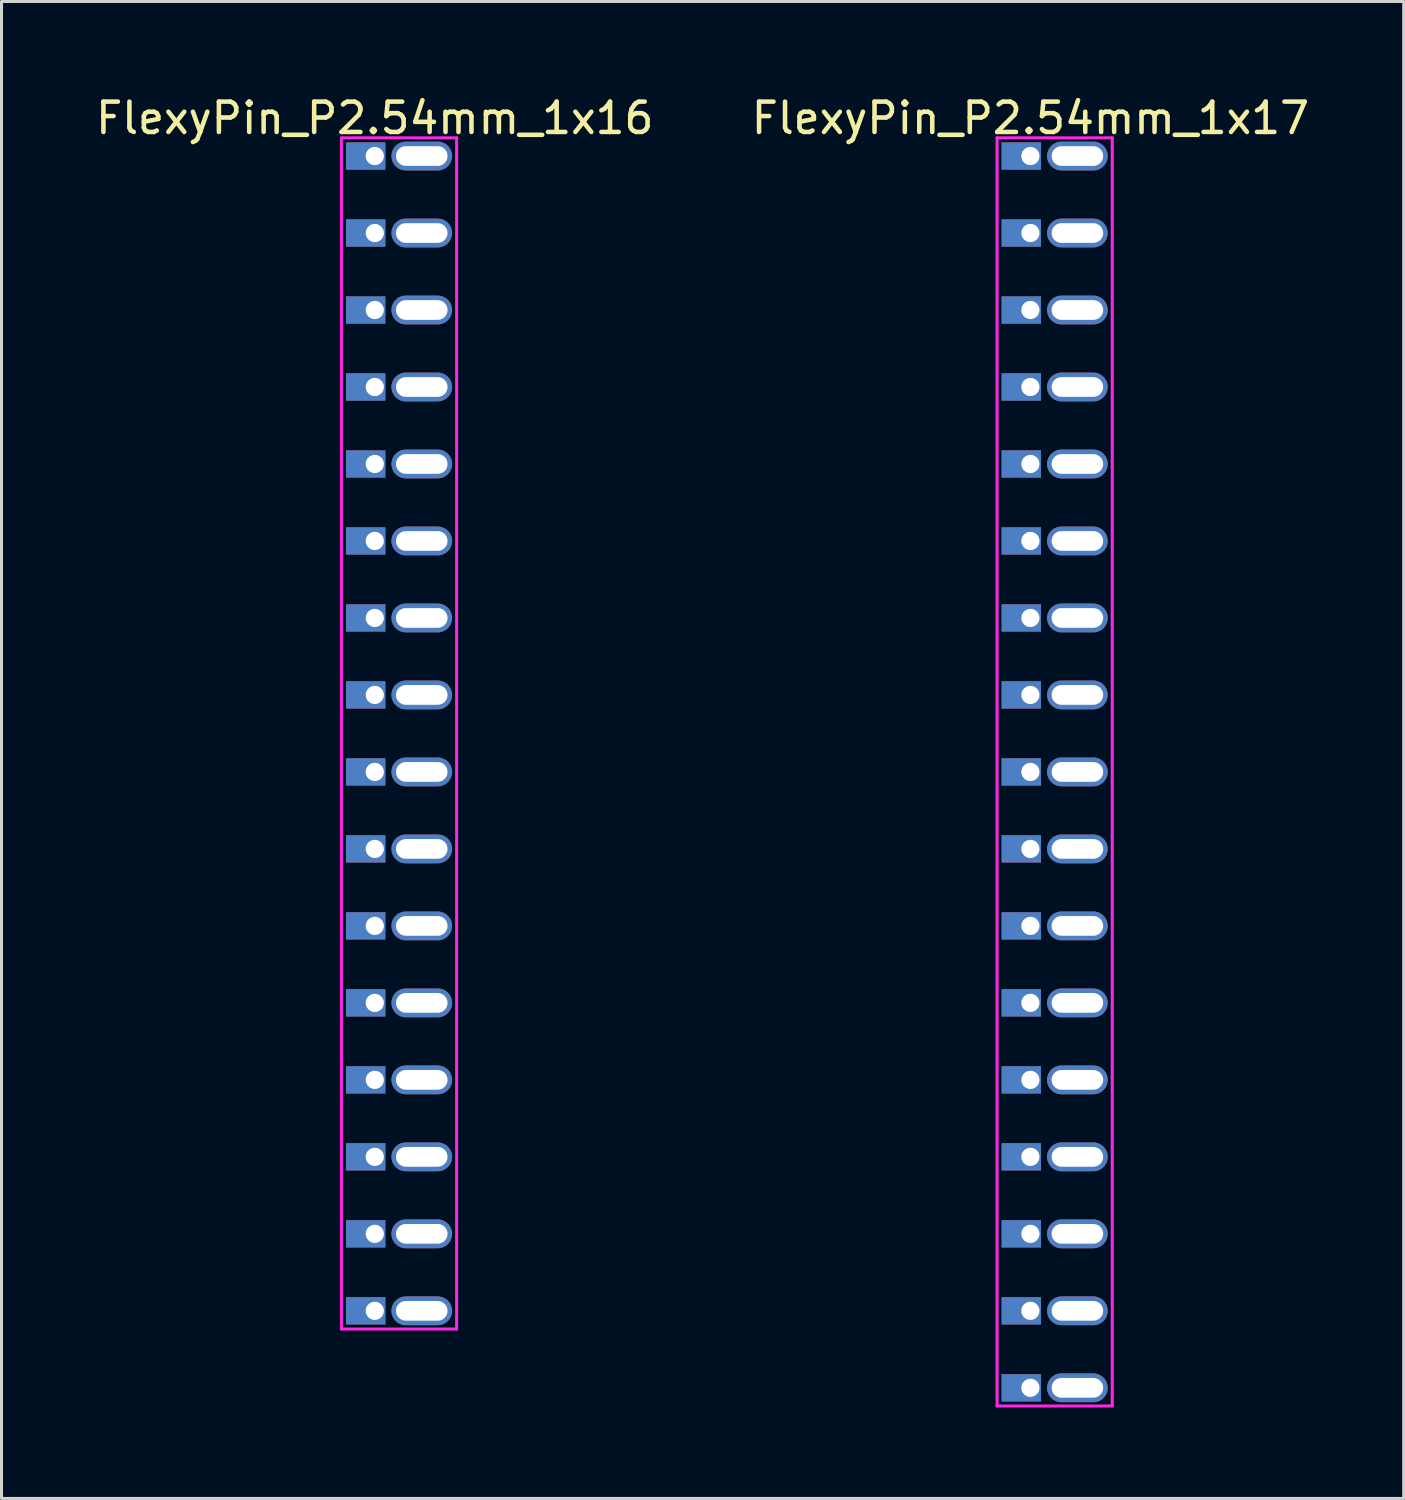
<source format=kicad_pcb>
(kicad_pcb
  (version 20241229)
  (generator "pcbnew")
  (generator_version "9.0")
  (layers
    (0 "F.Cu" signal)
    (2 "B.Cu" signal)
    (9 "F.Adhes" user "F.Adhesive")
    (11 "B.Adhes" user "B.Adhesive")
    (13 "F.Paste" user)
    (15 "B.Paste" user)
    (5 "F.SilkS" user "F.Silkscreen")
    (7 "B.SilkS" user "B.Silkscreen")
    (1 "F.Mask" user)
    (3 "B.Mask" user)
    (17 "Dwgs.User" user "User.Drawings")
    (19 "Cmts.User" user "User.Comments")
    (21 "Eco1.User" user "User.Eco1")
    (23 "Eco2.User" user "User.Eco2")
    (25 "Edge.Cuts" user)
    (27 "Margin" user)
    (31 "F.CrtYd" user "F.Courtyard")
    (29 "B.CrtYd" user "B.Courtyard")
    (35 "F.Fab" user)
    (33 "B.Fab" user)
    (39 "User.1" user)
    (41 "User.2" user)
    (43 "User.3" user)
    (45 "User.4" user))
  (footprint "FlexyPin_P2.54mm_1x16"
    (layer "F.Cu")
    (at 9.315 2.098)
    (property "Reference" "FlexyPin_P2.54mm_1x16" (at 0 -1.25 0) (layer "F.SilkS") (effects (font (size 1 1) (thickness 0.15))))
    (attr through_hole)
    (fp_line (start -1.1 -0.6) (end 2.7 -0.6) (stroke (width 0.1) (type solid)) (layer "F.CrtYd"))
    (fp_line (start -1.1 38.7) (end -1.1 -0.6) (stroke (width 0.1) (type solid)) (layer "F.CrtYd"))
    (fp_line (start 2.7 -0.6) (end 2.7 38.7) (stroke (width 0.1) (type solid)) (layer "F.CrtYd"))
    (fp_line (start 2.7 38.7) (end -1.1 38.7) (stroke (width 0.1) (type solid)) (layer "F.CrtYd"))
    (pad "" thru_hole oval (at 1.55 0) (size 2 0.95) (drill oval 1.7 0.65) (layers "*.Cu" "*.Mask"))
    (pad "" thru_hole oval (at 1.55 2.54) (size 2 0.95) (drill oval 1.7 0.65) (layers "*.Cu" "*.Mask"))
    (pad "" thru_hole oval (at 1.55 5.08) (size 2 0.95) (drill oval 1.7 0.65) (layers "*.Cu" "*.Mask"))
    (pad "" thru_hole oval (at 1.55 7.62) (size 2 0.95) (drill oval 1.7 0.65) (layers "*.Cu" "*.Mask"))
    (pad "" thru_hole oval (at 1.55 10.16) (size 2 0.95) (drill oval 1.7 0.65) (layers "*.Cu" "*.Mask"))
    (pad "" thru_hole oval (at 1.55 12.7) (size 2 0.95) (drill oval 1.7 0.65) (layers "*.Cu" "*.Mask"))
    (pad "" thru_hole oval (at 1.55 15.24) (size 2 0.95) (drill oval 1.7 0.65) (layers "*.Cu" "*.Mask"))
    (pad "" thru_hole oval (at 1.55 17.78) (size 2 0.95) (drill oval 1.7 0.65) (layers "*.Cu" "*.Mask"))
    (pad "" thru_hole oval (at 1.55 20.32) (size 2 0.95) (drill oval 1.7 0.65) (layers "*.Cu" "*.Mask"))
    (pad "" thru_hole oval (at 1.55 22.86) (size 2 0.95) (drill oval 1.7 0.65) (layers "*.Cu" "*.Mask"))
    (pad "" thru_hole oval (at 1.55 25.4) (size 2 0.95) (drill oval 1.7 0.65) (layers "*.Cu" "*.Mask"))
    (pad "" thru_hole oval (at 1.55 27.94) (size 2 0.95) (drill oval 1.7 0.65) (layers "*.Cu" "*.Mask"))
    (pad "" thru_hole oval (at 1.55 30.48) (size 2 0.95) (drill oval 1.7 0.65) (layers "*.Cu" "*.Mask"))
    (pad "" thru_hole oval (at 1.55 33.02) (size 2 0.95) (drill oval 1.7 0.65) (layers "*.Cu" "*.Mask"))
    (pad "" thru_hole oval (at 1.55 35.56) (size 2 0.95) (drill oval 1.7 0.65) (layers "*.Cu" "*.Mask"))
    (pad "" thru_hole oval (at 1.55 38.1) (size 2 0.95) (drill oval 1.7 0.65) (layers "*.Cu" "*.Mask"))
    (pad "1" thru_hole rect (at 0 0) (size 1.3 0.9) (drill 0.6 (offset -0.3 0)) (layers "*.Cu" "*.Mask"))
    (pad "2" thru_hole rect (at 0 2.54) (size 1.3 0.9) (drill 0.6 (offset -0.3 0)) (layers "*.Cu" "*.Mask"))
    (pad "3" thru_hole rect (at 0 5.08) (size 1.3 0.9) (drill 0.6 (offset -0.3 0)) (layers "*.Cu" "*.Mask"))
    (pad "4" thru_hole rect (at 0 7.62) (size 1.3 0.9) (drill 0.6 (offset -0.3 0)) (layers "*.Cu" "*.Mask"))
    (pad "5" thru_hole rect (at 0 10.16) (size 1.3 0.9) (drill 0.6 (offset -0.3 0)) (layers "*.Cu" "*.Mask"))
    (pad "6" thru_hole rect (at 0 12.7) (size 1.3 0.9) (drill 0.6 (offset -0.3 0)) (layers "*.Cu" "*.Mask"))
    (pad "7" thru_hole rect (at 0 15.24) (size 1.3 0.9) (drill 0.6 (offset -0.3 0)) (layers "*.Cu" "*.Mask"))
    (pad "8" thru_hole rect (at 0 17.78) (size 1.3 0.9) (drill 0.6 (offset -0.3 0)) (layers "*.Cu" "*.Mask"))
    (pad "9" thru_hole rect (at 0 20.32) (size 1.3 0.9) (drill 0.6 (offset -0.3 0)) (layers "*.Cu" "*.Mask"))
    (pad "10" thru_hole rect (at 0 22.86) (size 1.3 0.9) (drill 0.6 (offset -0.3 0)) (layers "*.Cu" "*.Mask"))
    (pad "11" thru_hole rect (at 0 25.4) (size 1.3 0.9) (drill 0.6 (offset -0.3 0)) (layers "*.Cu" "*.Mask"))
    (pad "12" thru_hole rect (at 0 27.94) (size 1.3 0.9) (drill 0.6 (offset -0.3 0)) (layers "*.Cu" "*.Mask"))
    (pad "13" thru_hole rect (at 0 30.48) (size 1.3 0.9) (drill 0.6 (offset -0.3 0)) (layers "*.Cu" "*.Mask"))
    (pad "14" thru_hole rect (at 0 33.02) (size 1.3 0.9) (drill 0.6 (offset -0.3 0)) (layers "*.Cu" "*.Mask"))
    (pad "15" thru_hole rect (at 0 35.56) (size 1.3 0.9) (drill 0.6 (offset -0.3 0)) (layers "*.Cu" "*.Mask"))
    (pad "16" thru_hole rect (at 0 38.1) (size 1.3 0.9) (drill 0.6 (offset -0.3 0)) (layers "*.Cu" "*.Mask")))
  (footprint "FlexyPin_P2.54mm_1x17"
    (layer "F.Cu")
    (at 30.946 2.098)
    (property "Reference" "FlexyPin_P2.54mm_1x17" (at 0 -1.25 0) (layer "F.SilkS") (effects (font (size 1 1) (thickness 0.15))))
    (attr through_hole)
    (fp_line (start -1.1 -0.6) (end 2.7 -0.6) (stroke (width 0.1) (type solid)) (layer "F.CrtYd"))
    (fp_line (start -1.1 41.24) (end -1.1 -0.6) (stroke (width 0.1) (type solid)) (layer "F.CrtYd"))
    (fp_line (start 2.7 -0.6) (end 2.7 41.24) (stroke (width 0.1) (type solid)) (layer "F.CrtYd"))
    (fp_line (start 2.7 41.24) (end -1.1 41.24) (stroke (width 0.1) (type solid)) (layer "F.CrtYd"))
    (pad "" thru_hole oval (at 1.55 0) (size 2 0.95) (drill oval 1.7 0.65) (layers "*.Cu" "*.Mask"))
    (pad "" thru_hole oval (at 1.55 2.54) (size 2 0.95) (drill oval 1.7 0.65) (layers "*.Cu" "*.Mask"))
    (pad "" thru_hole oval (at 1.55 5.08) (size 2 0.95) (drill oval 1.7 0.65) (layers "*.Cu" "*.Mask"))
    (pad "" thru_hole oval (at 1.55 7.62) (size 2 0.95) (drill oval 1.7 0.65) (layers "*.Cu" "*.Mask"))
    (pad "" thru_hole oval (at 1.55 10.16) (size 2 0.95) (drill oval 1.7 0.65) (layers "*.Cu" "*.Mask"))
    (pad "" thru_hole oval (at 1.55 12.7) (size 2 0.95) (drill oval 1.7 0.65) (layers "*.Cu" "*.Mask"))
    (pad "" thru_hole oval (at 1.55 15.24) (size 2 0.95) (drill oval 1.7 0.65) (layers "*.Cu" "*.Mask"))
    (pad "" thru_hole oval (at 1.55 17.78) (size 2 0.95) (drill oval 1.7 0.65) (layers "*.Cu" "*.Mask"))
    (pad "" thru_hole oval (at 1.55 20.32) (size 2 0.95) (drill oval 1.7 0.65) (layers "*.Cu" "*.Mask"))
    (pad "" thru_hole oval (at 1.55 22.86) (size 2 0.95) (drill oval 1.7 0.65) (layers "*.Cu" "*.Mask"))
    (pad "" thru_hole oval (at 1.55 25.4) (size 2 0.95) (drill oval 1.7 0.65) (layers "*.Cu" "*.Mask"))
    (pad "" thru_hole oval (at 1.55 27.94) (size 2 0.95) (drill oval 1.7 0.65) (layers "*.Cu" "*.Mask"))
    (pad "" thru_hole oval (at 1.55 30.48) (size 2 0.95) (drill oval 1.7 0.65) (layers "*.Cu" "*.Mask"))
    (pad "" thru_hole oval (at 1.55 33.02) (size 2 0.95) (drill oval 1.7 0.65) (layers "*.Cu" "*.Mask"))
    (pad "" thru_hole oval (at 1.55 35.56) (size 2 0.95) (drill oval 1.7 0.65) (layers "*.Cu" "*.Mask"))
    (pad "" thru_hole oval (at 1.55 38.1) (size 2 0.95) (drill oval 1.7 0.65) (layers "*.Cu" "*.Mask"))
    (pad "" thru_hole oval (at 1.55 40.64) (size 2 0.95) (drill oval 1.7 0.65) (layers "*.Cu" "*.Mask"))
    (pad "1" thru_hole rect (at 0 0) (size 1.3 0.9) (drill 0.6 (offset -0.3 0)) (layers "*.Cu" "*.Mask"))
    (pad "2" thru_hole rect (at 0 2.54) (size 1.3 0.9) (drill 0.6 (offset -0.3 0)) (layers "*.Cu" "*.Mask"))
    (pad "3" thru_hole rect (at 0 5.08) (size 1.3 0.9) (drill 0.6 (offset -0.3 0)) (layers "*.Cu" "*.Mask"))
    (pad "4" thru_hole rect (at 0 7.62) (size 1.3 0.9) (drill 0.6 (offset -0.3 0)) (layers "*.Cu" "*.Mask"))
    (pad "5" thru_hole rect (at 0 10.16) (size 1.3 0.9) (drill 0.6 (offset -0.3 0)) (layers "*.Cu" "*.Mask"))
    (pad "6" thru_hole rect (at 0 12.7) (size 1.3 0.9) (drill 0.6 (offset -0.3 0)) (layers "*.Cu" "*.Mask"))
    (pad "7" thru_hole rect (at 0 15.24) (size 1.3 0.9) (drill 0.6 (offset -0.3 0)) (layers "*.Cu" "*.Mask"))
    (pad "8" thru_hole rect (at 0 17.78) (size 1.3 0.9) (drill 0.6 (offset -0.3 0)) (layers "*.Cu" "*.Mask"))
    (pad "9" thru_hole rect (at 0 20.32) (size 1.3 0.9) (drill 0.6 (offset -0.3 0)) (layers "*.Cu" "*.Mask"))
    (pad "10" thru_hole rect (at 0 22.86) (size 1.3 0.9) (drill 0.6 (offset -0.3 0)) (layers "*.Cu" "*.Mask"))
    (pad "11" thru_hole rect (at 0 25.4) (size 1.3 0.9) (drill 0.6 (offset -0.3 0)) (layers "*.Cu" "*.Mask"))
    (pad "12" thru_hole rect (at 0 27.94) (size 1.3 0.9) (drill 0.6 (offset -0.3 0)) (layers "*.Cu" "*.Mask"))
    (pad "13" thru_hole rect (at 0 30.48) (size 1.3 0.9) (drill 0.6 (offset -0.3 0)) (layers "*.Cu" "*.Mask"))
    (pad "14" thru_hole rect (at 0 33.02) (size 1.3 0.9) (drill 0.6 (offset -0.3 0)) (layers "*.Cu" "*.Mask"))
    (pad "15" thru_hole rect (at 0 35.56) (size 1.3 0.9) (drill 0.6 (offset -0.3 0)) (layers "*.Cu" "*.Mask"))
    (pad "16" thru_hole rect (at 0 38.1) (size 1.3 0.9) (drill 0.6 (offset -0.3 0)) (layers "*.Cu" "*.Mask"))
    (pad "17" thru_hole rect (at 0 40.64) (size 1.3 0.9) (drill 0.6 (offset -0.3 0)) (layers "*.Cu" "*.Mask")))
  (gr_rect
    (start -3 -3)
    (end 43.262 46.388)
    (stroke (width 0.1) (type default))
    (fill no)
    (layer "Edge.Cuts")))
</source>
